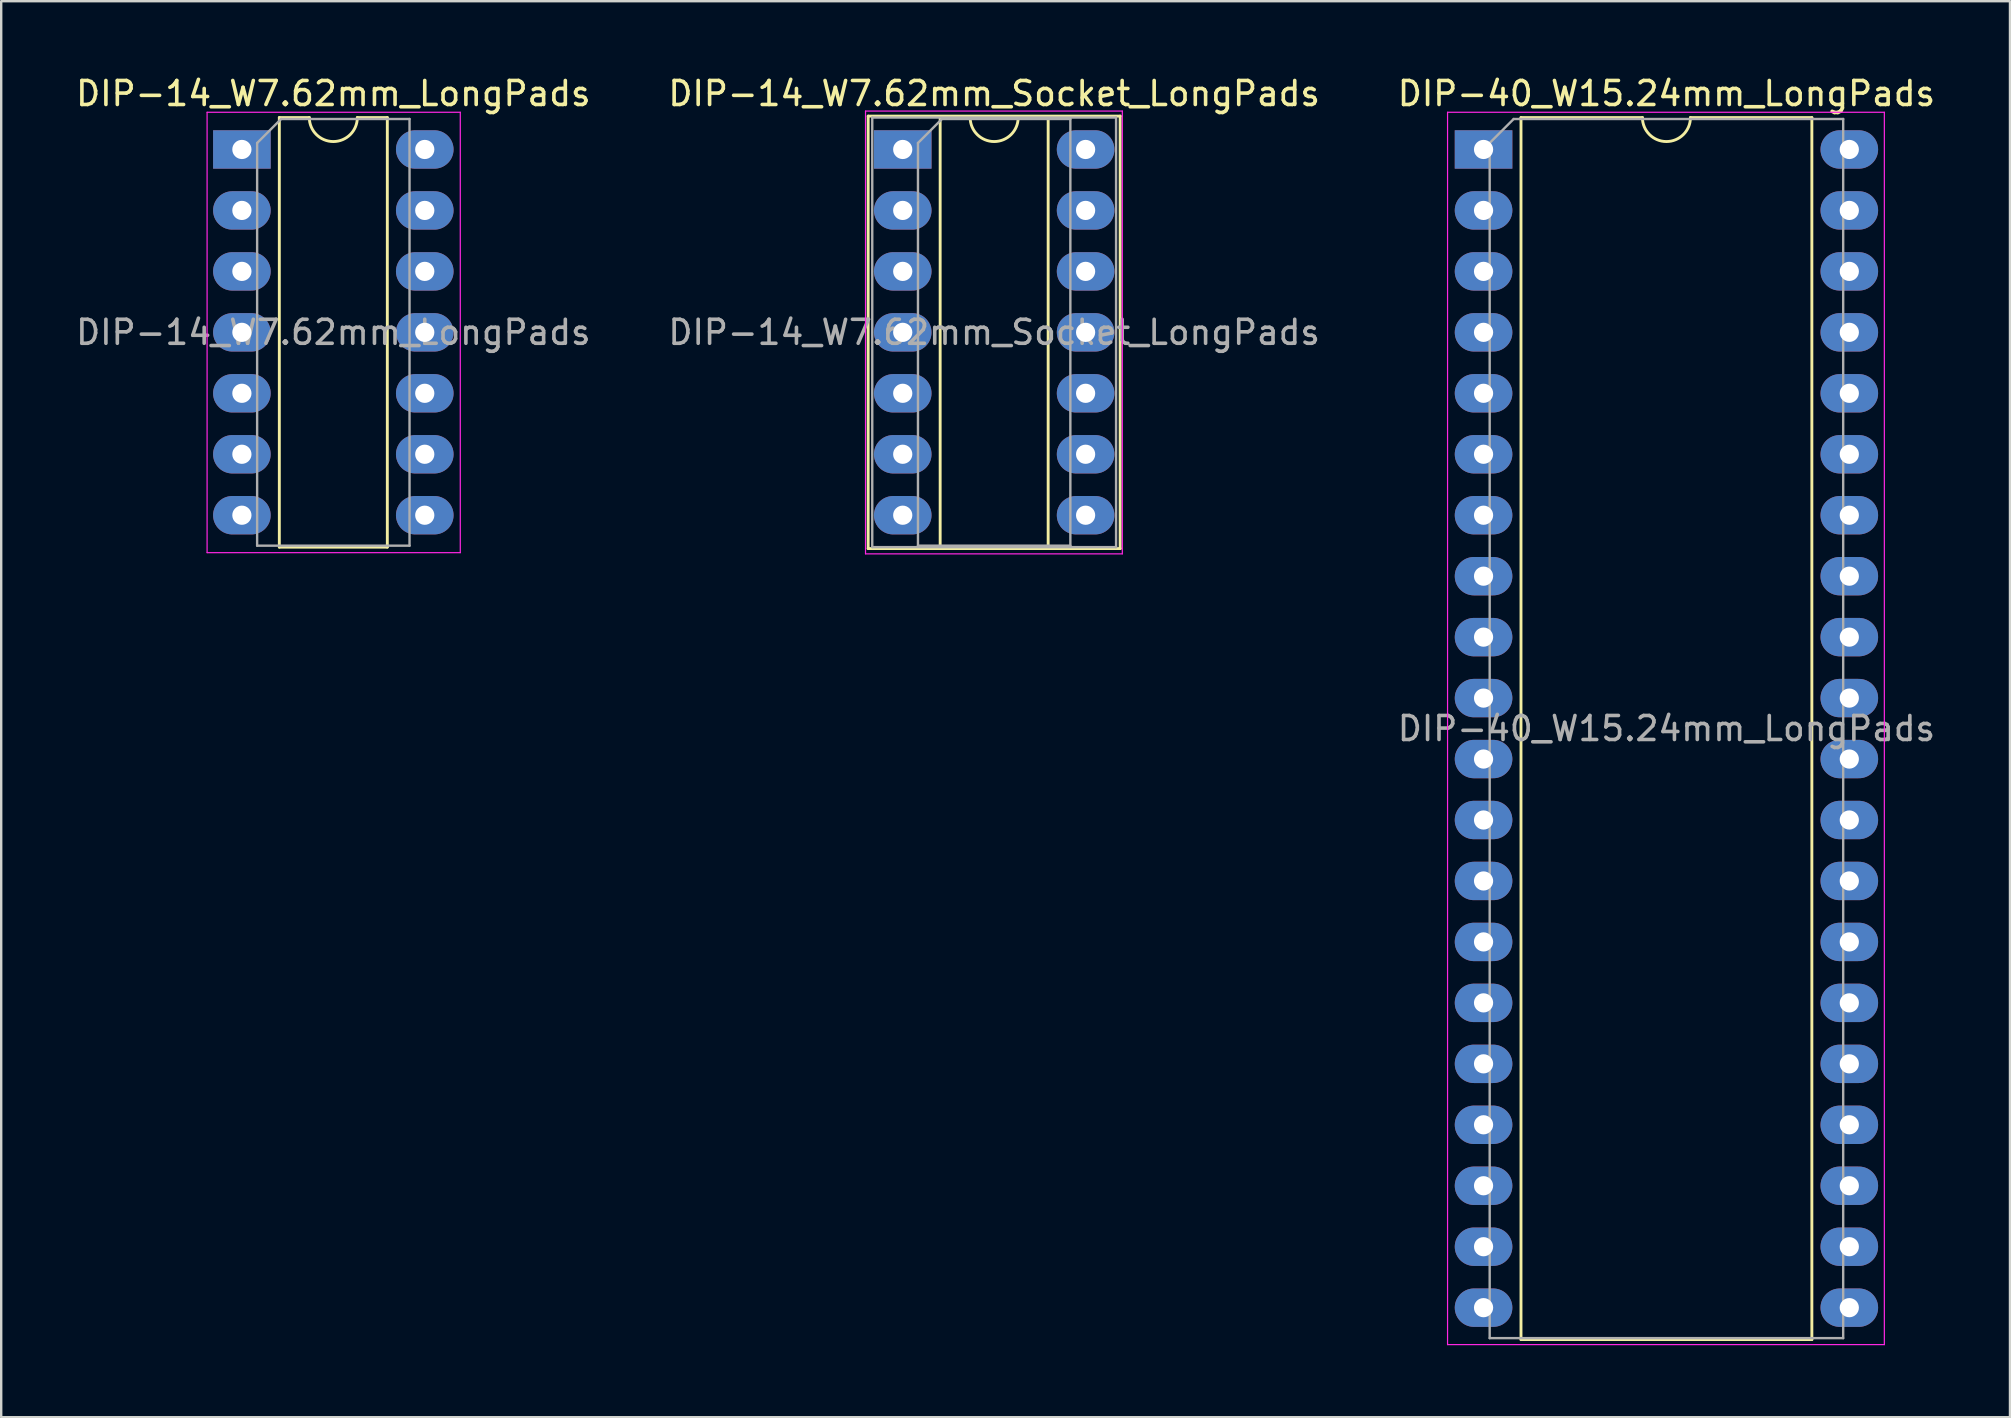
<source format=kicad_pcb>
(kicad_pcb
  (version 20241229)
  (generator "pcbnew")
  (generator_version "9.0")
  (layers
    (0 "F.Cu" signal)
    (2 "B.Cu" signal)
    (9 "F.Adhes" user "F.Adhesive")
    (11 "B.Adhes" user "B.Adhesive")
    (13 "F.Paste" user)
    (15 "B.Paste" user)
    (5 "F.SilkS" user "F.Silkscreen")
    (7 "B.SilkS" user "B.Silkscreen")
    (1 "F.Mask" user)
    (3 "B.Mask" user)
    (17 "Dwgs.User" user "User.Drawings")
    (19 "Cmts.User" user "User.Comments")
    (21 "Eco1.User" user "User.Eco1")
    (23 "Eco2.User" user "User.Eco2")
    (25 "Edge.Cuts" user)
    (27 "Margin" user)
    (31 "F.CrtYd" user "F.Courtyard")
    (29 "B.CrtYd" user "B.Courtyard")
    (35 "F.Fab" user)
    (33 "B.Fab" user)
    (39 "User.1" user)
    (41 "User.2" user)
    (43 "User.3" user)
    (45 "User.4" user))
  (footprint "DIP-14_W7.62mm_Socket_LongPads"
    (layer "F.Cu")
    (at 34.565 3.178)
    (property "Reference" "DIP-14_W7.62mm_Socket_LongPads" (at 3.81 -2.33 0) (layer "F.SilkS") (effects (font (size 1 1) (thickness 0.15))))
    (attr through_hole)
    (fp_line (start -1.44 -1.39) (end -1.44 16.63) (stroke (width 0.12) (type solid)) (layer "F.SilkS"))
    (fp_line (start -1.44 16.63) (end 9.06 16.63) (stroke (width 0.12) (type solid)) (layer "F.SilkS"))
    (fp_line (start 1.56 -1.33) (end 1.56 16.57) (stroke (width 0.12) (type solid)) (layer "F.SilkS"))
    (fp_line (start 1.56 16.57) (end 6.06 16.57) (stroke (width 0.12) (type solid)) (layer "F.SilkS"))
    (fp_line (start 2.81 -1.33) (end 1.56 -1.33) (stroke (width 0.12) (type solid)) (layer "F.SilkS"))
    (fp_line (start 6.06 -1.33) (end 4.81 -1.33) (stroke (width 0.12) (type solid)) (layer "F.SilkS"))
    (fp_line (start 6.06 16.57) (end 6.06 -1.33) (stroke (width 0.12) (type solid)) (layer "F.SilkS"))
    (fp_line (start 9.06 -1.39) (end -1.44 -1.39) (stroke (width 0.12) (type solid)) (layer "F.SilkS"))
    (fp_line (start 9.06 16.63) (end 9.06 -1.39) (stroke (width 0.12) (type solid)) (layer "F.SilkS"))
    (fp_arc (start 4.81 -1.33) (mid 3.81 -0.33) (end 2.81 -1.33) (stroke (width 0.12) (type solid)) (layer "F.SilkS"))
    (fp_line (start -1.55 -1.6) (end -1.55 16.85) (stroke (width 0.05) (type solid)) (layer "F.CrtYd"))
    (fp_line (start -1.55 16.85) (end 9.15 16.85) (stroke (width 0.05) (type solid)) (layer "F.CrtYd"))
    (fp_line (start 9.15 -1.6) (end -1.55 -1.6) (stroke (width 0.05) (type solid)) (layer "F.CrtYd"))
    (fp_line (start 9.15 16.85) (end 9.15 -1.6) (stroke (width 0.05) (type solid)) (layer "F.CrtYd"))
    (fp_line (start -1.27 -1.33) (end -1.27 16.57) (stroke (width 0.1) (type solid)) (layer "F.Fab"))
    (fp_line (start -1.27 16.57) (end 8.89 16.57) (stroke (width 0.1) (type solid)) (layer "F.Fab"))
    (fp_line (start 0.635 -0.27) (end 1.635 -1.27) (stroke (width 0.1) (type solid)) (layer "F.Fab"))
    (fp_line (start 0.635 16.51) (end 0.635 -0.27) (stroke (width 0.1) (type solid)) (layer "F.Fab"))
    (fp_line (start 1.635 -1.27) (end 6.985 -1.27) (stroke (width 0.1) (type solid)) (layer "F.Fab"))
    (fp_line (start 6.985 -1.27) (end 6.985 16.51) (stroke (width 0.1) (type solid)) (layer "F.Fab"))
    (fp_line (start 6.985 16.51) (end 0.635 16.51) (stroke (width 0.1) (type solid)) (layer "F.Fab"))
    (fp_line (start 8.89 -1.33) (end -1.27 -1.33) (stroke (width 0.1) (type solid)) (layer "F.Fab"))
    (fp_line (start 8.89 16.57) (end 8.89 -1.33) (stroke (width 0.1) (type solid)) (layer "F.Fab"))
    (fp_text user "${REFERENCE}" (at 3.81 7.62 0) (layer "F.Fab") (effects (font (size 1 1) (thickness 0.15))))
    (pad "1" thru_hole rect (at 0 0) (size 2.4 1.6) (drill 0.8) (layers "*.Cu" "*.Mask"))
    (pad "2" thru_hole oval (at 0 2.54) (size 2.4 1.6) (drill 0.8) (layers "*.Cu" "*.Mask"))
    (pad "3" thru_hole oval (at 0 5.08) (size 2.4 1.6) (drill 0.8) (layers "*.Cu" "*.Mask"))
    (pad "4" thru_hole oval (at 0 7.62) (size 2.4 1.6) (drill 0.8) (layers "*.Cu" "*.Mask"))
    (pad "5" thru_hole oval (at 0 10.16) (size 2.4 1.6) (drill 0.8) (layers "*.Cu" "*.Mask"))
    (pad "6" thru_hole oval (at 0 12.7) (size 2.4 1.6) (drill 0.8) (layers "*.Cu" "*.Mask"))
    (pad "7" thru_hole oval (at 0 15.24) (size 2.4 1.6) (drill 0.8) (layers "*.Cu" "*.Mask"))
    (pad "8" thru_hole oval (at 7.62 15.24) (size 2.4 1.6) (drill 0.8) (layers "*.Cu" "*.Mask"))
    (pad "9" thru_hole oval (at 7.62 12.7) (size 2.4 1.6) (drill 0.8) (layers "*.Cu" "*.Mask"))
    (pad "10" thru_hole oval (at 7.62 10.16) (size 2.4 1.6) (drill 0.8) (layers "*.Cu" "*.Mask"))
    (pad "11" thru_hole oval (at 7.62 7.62) (size 2.4 1.6) (drill 0.8) (layers "*.Cu" "*.Mask"))
    (pad "12" thru_hole oval (at 7.62 5.08) (size 2.4 1.6) (drill 0.8) (layers "*.Cu" "*.Mask"))
    (pad "13" thru_hole oval (at 7.62 2.54) (size 2.4 1.6) (drill 0.8) (layers "*.Cu" "*.Mask"))
    (pad "14" thru_hole oval (at 7.62 0) (size 2.4 1.6) (drill 0.8) (layers "*.Cu" "*.Mask")))
  (footprint "DIP-40_W15.24mm_LongPads"
    (layer "F.Cu")
    (at 58.767 3.178)
    (property "Reference" "DIP-40_W15.24mm_LongPads" (at 7.62 -2.33 0) (layer "F.SilkS") (effects (font (size 1 1) (thickness 0.15))))
    (attr through_hole)
    (fp_line (start 1.56 -1.33) (end 1.56 49.59) (stroke (width 0.12) (type solid)) (layer "F.SilkS"))
    (fp_line (start 1.56 49.59) (end 13.68 49.59) (stroke (width 0.12) (type solid)) (layer "F.SilkS"))
    (fp_line (start 6.62 -1.33) (end 1.56 -1.33) (stroke (width 0.12) (type solid)) (layer "F.SilkS"))
    (fp_line (start 13.68 -1.33) (end 8.62 -1.33) (stroke (width 0.12) (type solid)) (layer "F.SilkS"))
    (fp_line (start 13.68 49.59) (end 13.68 -1.33) (stroke (width 0.12) (type solid)) (layer "F.SilkS"))
    (fp_arc (start 8.62 -1.33) (mid 7.62 -0.33) (end 6.62 -1.33) (stroke (width 0.12) (type solid)) (layer "F.SilkS"))
    (fp_line (start -1.5 -1.55) (end -1.5 49.8) (stroke (width 0.05) (type solid)) (layer "F.CrtYd"))
    (fp_line (start -1.5 49.8) (end 16.7 49.8) (stroke (width 0.05) (type solid)) (layer "F.CrtYd"))
    (fp_line (start 16.7 -1.55) (end -1.5 -1.55) (stroke (width 0.05) (type solid)) (layer "F.CrtYd"))
    (fp_line (start 16.7 49.8) (end 16.7 -1.55) (stroke (width 0.05) (type solid)) (layer "F.CrtYd"))
    (fp_line (start 0.255 -0.27) (end 1.255 -1.27) (stroke (width 0.1) (type solid)) (layer "F.Fab"))
    (fp_line (start 0.255 49.53) (end 0.255 -0.27) (stroke (width 0.1) (type solid)) (layer "F.Fab"))
    (fp_line (start 1.255 -1.27) (end 14.985 -1.27) (stroke (width 0.1) (type solid)) (layer "F.Fab"))
    (fp_line (start 14.985 -1.27) (end 14.985 49.53) (stroke (width 0.1) (type solid)) (layer "F.Fab"))
    (fp_line (start 14.985 49.53) (end 0.255 49.53) (stroke (width 0.1) (type solid)) (layer "F.Fab"))
    (fp_text user "${REFERENCE}" (at 7.62 24.13 0) (layer "F.Fab") (effects (font (size 1 1) (thickness 0.15))))
    (pad "1" thru_hole rect (at 0 0) (size 2.4 1.6) (drill 0.8) (layers "*.Cu" "*.Mask"))
    (pad "2" thru_hole oval (at 0 2.54) (size 2.4 1.6) (drill 0.8) (layers "*.Cu" "*.Mask"))
    (pad "3" thru_hole oval (at 0 5.08) (size 2.4 1.6) (drill 0.8) (layers "*.Cu" "*.Mask"))
    (pad "4" thru_hole oval (at 0 7.62) (size 2.4 1.6) (drill 0.8) (layers "*.Cu" "*.Mask"))
    (pad "5" thru_hole oval (at 0 10.16) (size 2.4 1.6) (drill 0.8) (layers "*.Cu" "*.Mask"))
    (pad "6" thru_hole oval (at 0 12.7) (size 2.4 1.6) (drill 0.8) (layers "*.Cu" "*.Mask"))
    (pad "7" thru_hole oval (at 0 15.24) (size 2.4 1.6) (drill 0.8) (layers "*.Cu" "*.Mask"))
    (pad "8" thru_hole oval (at 0 17.78) (size 2.4 1.6) (drill 0.8) (layers "*.Cu" "*.Mask"))
    (pad "9" thru_hole oval (at 0 20.32) (size 2.4 1.6) (drill 0.8) (layers "*.Cu" "*.Mask"))
    (pad "10" thru_hole oval (at 0 22.86) (size 2.4 1.6) (drill 0.8) (layers "*.Cu" "*.Mask"))
    (pad "11" thru_hole oval (at 0 25.4) (size 2.4 1.6) (drill 0.8) (layers "*.Cu" "*.Mask"))
    (pad "12" thru_hole oval (at 0 27.94) (size 2.4 1.6) (drill 0.8) (layers "*.Cu" "*.Mask"))
    (pad "13" thru_hole oval (at 0 30.48) (size 2.4 1.6) (drill 0.8) (layers "*.Cu" "*.Mask"))
    (pad "14" thru_hole oval (at 0 33.02) (size 2.4 1.6) (drill 0.8) (layers "*.Cu" "*.Mask"))
    (pad "15" thru_hole oval (at 0 35.56) (size 2.4 1.6) (drill 0.8) (layers "*.Cu" "*.Mask"))
    (pad "16" thru_hole oval (at 0 38.1) (size 2.4 1.6) (drill 0.8) (layers "*.Cu" "*.Mask"))
    (pad "17" thru_hole oval (at 0 40.64) (size 2.4 1.6) (drill 0.8) (layers "*.Cu" "*.Mask"))
    (pad "18" thru_hole oval (at 0 43.18) (size 2.4 1.6) (drill 0.8) (layers "*.Cu" "*.Mask"))
    (pad "19" thru_hole oval (at 0 45.72) (size 2.4 1.6) (drill 0.8) (layers "*.Cu" "*.Mask"))
    (pad "20" thru_hole oval (at 0 48.26) (size 2.4 1.6) (drill 0.8) (layers "*.Cu" "*.Mask"))
    (pad "21" thru_hole oval (at 15.24 48.26) (size 2.4 1.6) (drill 0.8) (layers "*.Cu" "*.Mask"))
    (pad "22" thru_hole oval (at 15.24 45.72) (size 2.4 1.6) (drill 0.8) (layers "*.Cu" "*.Mask"))
    (pad "23" thru_hole oval (at 15.24 43.18) (size 2.4 1.6) (drill 0.8) (layers "*.Cu" "*.Mask"))
    (pad "24" thru_hole oval (at 15.24 40.64) (size 2.4 1.6) (drill 0.8) (layers "*.Cu" "*.Mask"))
    (pad "25" thru_hole oval (at 15.24 38.1) (size 2.4 1.6) (drill 0.8) (layers "*.Cu" "*.Mask"))
    (pad "26" thru_hole oval (at 15.24 35.56) (size 2.4 1.6) (drill 0.8) (layers "*.Cu" "*.Mask"))
    (pad "27" thru_hole oval (at 15.24 33.02) (size 2.4 1.6) (drill 0.8) (layers "*.Cu" "*.Mask"))
    (pad "28" thru_hole oval (at 15.24 30.48) (size 2.4 1.6) (drill 0.8) (layers "*.Cu" "*.Mask"))
    (pad "29" thru_hole oval (at 15.24 27.94) (size 2.4 1.6) (drill 0.8) (layers "*.Cu" "*.Mask"))
    (pad "30" thru_hole oval (at 15.24 25.4) (size 2.4 1.6) (drill 0.8) (layers "*.Cu" "*.Mask"))
    (pad "31" thru_hole oval (at 15.24 22.86) (size 2.4 1.6) (drill 0.8) (layers "*.Cu" "*.Mask"))
    (pad "32" thru_hole oval (at 15.24 20.32) (size 2.4 1.6) (drill 0.8) (layers "*.Cu" "*.Mask"))
    (pad "33" thru_hole oval (at 15.24 17.78) (size 2.4 1.6) (drill 0.8) (layers "*.Cu" "*.Mask"))
    (pad "34" thru_hole oval (at 15.24 15.24) (size 2.4 1.6) (drill 0.8) (layers "*.Cu" "*.Mask"))
    (pad "35" thru_hole oval (at 15.24 12.7) (size 2.4 1.6) (drill 0.8) (layers "*.Cu" "*.Mask"))
    (pad "36" thru_hole oval (at 15.24 10.16) (size 2.4 1.6) (drill 0.8) (layers "*.Cu" "*.Mask"))
    (pad "37" thru_hole oval (at 15.24 7.62) (size 2.4 1.6) (drill 0.8) (layers "*.Cu" "*.Mask"))
    (pad "38" thru_hole oval (at 15.24 5.08) (size 2.4 1.6) (drill 0.8) (layers "*.Cu" "*.Mask"))
    (pad "39" thru_hole oval (at 15.24 2.54) (size 2.4 1.6) (drill 0.8) (layers "*.Cu" "*.Mask"))
    (pad "40" thru_hole oval (at 15.24 0) (size 2.4 1.6) (drill 0.8) (layers "*.Cu" "*.Mask")))
  (footprint "DIP-14_W7.62mm_LongPads"
    (layer "F.Cu")
    (at 7.029 3.178)
    (property "Reference" "DIP-14_W7.62mm_LongPads" (at 3.81 -2.33 0) (layer "F.SilkS") (effects (font (size 1 1) (thickness 0.15))))
    (attr through_hole)
    (fp_line (start 1.56 -1.33) (end 1.56 16.57) (stroke (width 0.12) (type solid)) (layer "F.SilkS"))
    (fp_line (start 1.56 16.57) (end 6.06 16.57) (stroke (width 0.12) (type solid)) (layer "F.SilkS"))
    (fp_line (start 2.81 -1.33) (end 1.56 -1.33) (stroke (width 0.12) (type solid)) (layer "F.SilkS"))
    (fp_line (start 6.06 -1.33) (end 4.81 -1.33) (stroke (width 0.12) (type solid)) (layer "F.SilkS"))
    (fp_line (start 6.06 16.57) (end 6.06 -1.33) (stroke (width 0.12) (type solid)) (layer "F.SilkS"))
    (fp_arc (start 4.81 -1.33) (mid 3.81 -0.33) (end 2.81 -1.33) (stroke (width 0.12) (type solid)) (layer "F.SilkS"))
    (fp_line (start -1.45 -1.55) (end -1.45 16.8) (stroke (width 0.05) (type solid)) (layer "F.CrtYd"))
    (fp_line (start -1.45 16.8) (end 9.1 16.8) (stroke (width 0.05) (type solid)) (layer "F.CrtYd"))
    (fp_line (start 9.1 -1.55) (end -1.45 -1.55) (stroke (width 0.05) (type solid)) (layer "F.CrtYd"))
    (fp_line (start 9.1 16.8) (end 9.1 -1.55) (stroke (width 0.05) (type solid)) (layer "F.CrtYd"))
    (fp_line (start 0.635 -0.27) (end 1.635 -1.27) (stroke (width 0.1) (type solid)) (layer "F.Fab"))
    (fp_line (start 0.635 16.51) (end 0.635 -0.27) (stroke (width 0.1) (type solid)) (layer "F.Fab"))
    (fp_line (start 1.635 -1.27) (end 6.985 -1.27) (stroke (width 0.1) (type solid)) (layer "F.Fab"))
    (fp_line (start 6.985 -1.27) (end 6.985 16.51) (stroke (width 0.1) (type solid)) (layer "F.Fab"))
    (fp_line (start 6.985 16.51) (end 0.635 16.51) (stroke (width 0.1) (type solid)) (layer "F.Fab"))
    (fp_text user "${REFERENCE}" (at 3.81 7.62 0) (layer "F.Fab") (effects (font (size 1 1) (thickness 0.15))))
    (pad "1" thru_hole rect (at 0 0) (size 2.4 1.6) (drill 0.8) (layers "*.Cu" "*.Mask"))
    (pad "2" thru_hole oval (at 0 2.54) (size 2.4 1.6) (drill 0.8) (layers "*.Cu" "*.Mask"))
    (pad "3" thru_hole oval (at 0 5.08) (size 2.4 1.6) (drill 0.8) (layers "*.Cu" "*.Mask"))
    (pad "4" thru_hole oval (at 0 7.62) (size 2.4 1.6) (drill 0.8) (layers "*.Cu" "*.Mask"))
    (pad "5" thru_hole oval (at 0 10.16) (size 2.4 1.6) (drill 0.8) (layers "*.Cu" "*.Mask"))
    (pad "6" thru_hole oval (at 0 12.7) (size 2.4 1.6) (drill 0.8) (layers "*.Cu" "*.Mask"))
    (pad "7" thru_hole oval (at 0 15.24) (size 2.4 1.6) (drill 0.8) (layers "*.Cu" "*.Mask"))
    (pad "8" thru_hole oval (at 7.62 15.24) (size 2.4 1.6) (drill 0.8) (layers "*.Cu" "*.Mask"))
    (pad "9" thru_hole oval (at 7.62 12.7) (size 2.4 1.6) (drill 0.8) (layers "*.Cu" "*.Mask"))
    (pad "10" thru_hole oval (at 7.62 10.16) (size 2.4 1.6) (drill 0.8) (layers "*.Cu" "*.Mask"))
    (pad "11" thru_hole oval (at 7.62 7.62) (size 2.4 1.6) (drill 0.8) (layers "*.Cu" "*.Mask"))
    (pad "12" thru_hole oval (at 7.62 5.08) (size 2.4 1.6) (drill 0.8) (layers "*.Cu" "*.Mask"))
    (pad "13" thru_hole oval (at 7.62 2.54) (size 2.4 1.6) (drill 0.8) (layers "*.Cu" "*.Mask"))
    (pad "14" thru_hole oval (at 7.62 0) (size 2.4 1.6) (drill 0.8) (layers "*.Cu" "*.Mask")))
  (gr_rect
    (start -3 -3)
    (end 80.702 56.003)
    (stroke (width 0.1) (type default))
    (fill no)
    (layer "Edge.Cuts")))
</source>
